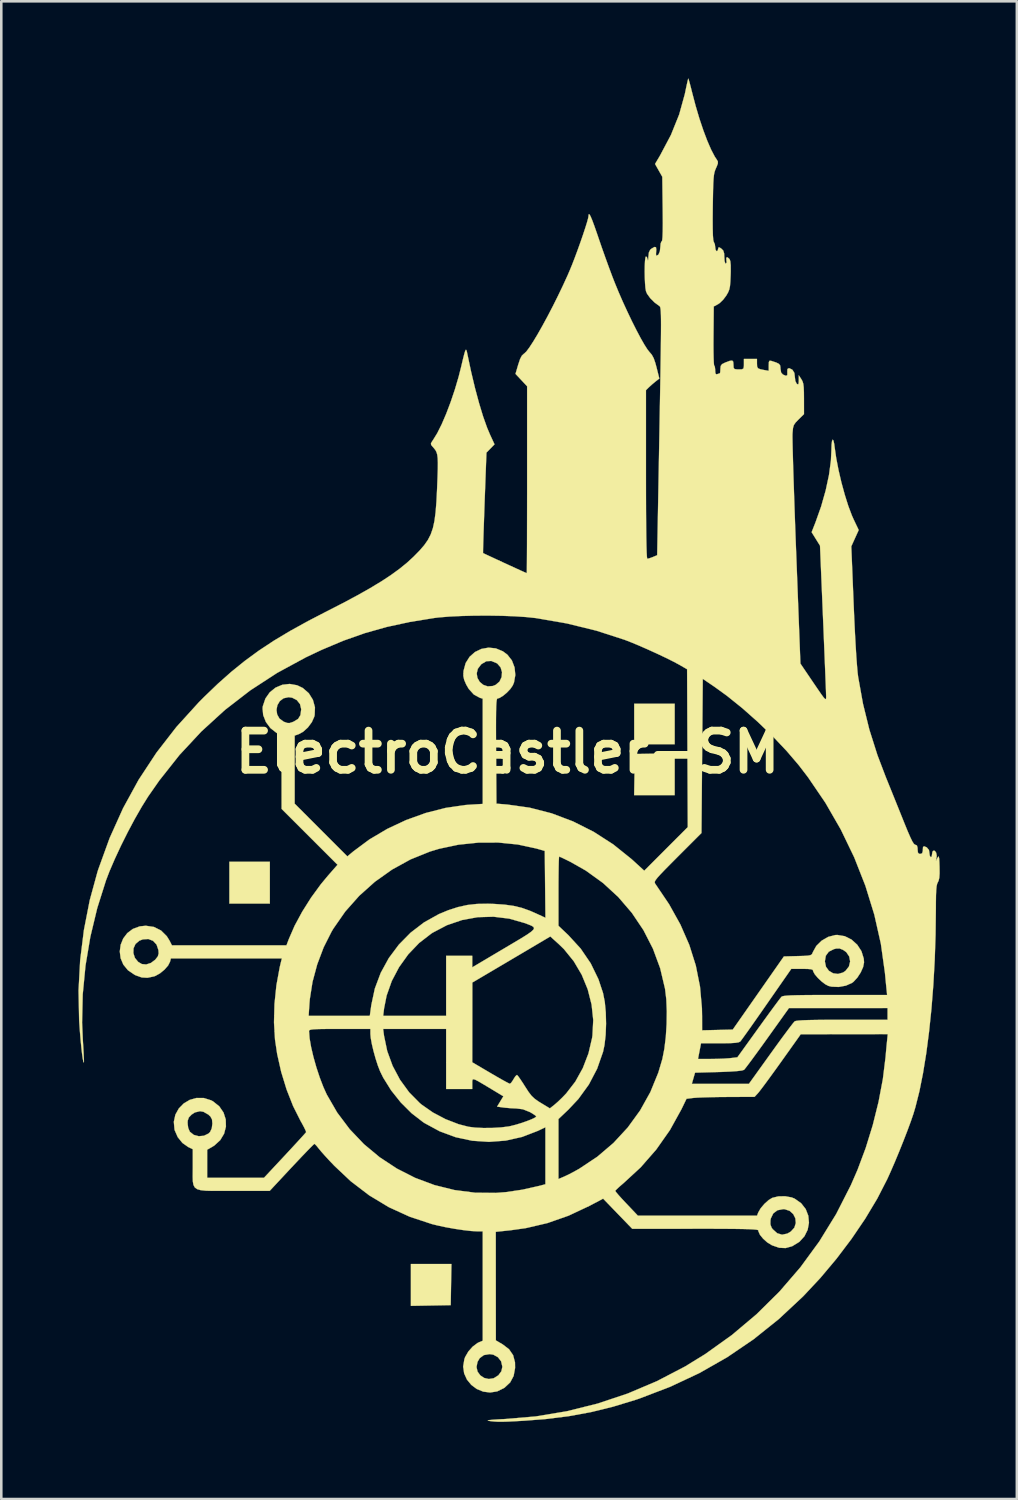
<source format=kicad_pcb>
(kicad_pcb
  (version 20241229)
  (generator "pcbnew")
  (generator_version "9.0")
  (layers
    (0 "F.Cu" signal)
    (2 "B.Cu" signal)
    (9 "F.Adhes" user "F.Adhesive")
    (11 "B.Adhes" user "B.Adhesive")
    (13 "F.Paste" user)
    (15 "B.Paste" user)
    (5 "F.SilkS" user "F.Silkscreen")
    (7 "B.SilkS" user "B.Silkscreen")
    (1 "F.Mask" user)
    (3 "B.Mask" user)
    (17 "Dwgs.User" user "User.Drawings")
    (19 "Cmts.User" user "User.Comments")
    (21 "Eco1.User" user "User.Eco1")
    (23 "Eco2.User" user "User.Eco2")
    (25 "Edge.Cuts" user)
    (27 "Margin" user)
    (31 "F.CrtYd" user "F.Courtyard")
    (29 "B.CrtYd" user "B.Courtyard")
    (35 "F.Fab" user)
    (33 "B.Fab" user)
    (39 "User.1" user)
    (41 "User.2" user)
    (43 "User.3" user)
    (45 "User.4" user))
  (footprint "ElectroCastler-SM"
    (layer "F.Cu")
    (at 16.692 26.204)
    (property "Reference" "ElectroCastler-SM" (at 0 0 0) (layer "F.SilkS") (effects (font (size 1.524 1.524) (thickness 0.3))))
    (attr through_hole)
    (fp_poly (pts (xy -9.246 5.893) (xy -10.82 5.893) (xy -10.82 4.267) (xy -9.246 4.267) (xy -9.246 5.893)) (stroke (width 0.01) (type solid)) (fill yes) (layer "F.SilkS"))
    (fp_poly (pts (xy 6.502 -0.305) (xy 4.928 -0.305) (xy 4.928 -1.88) (xy 6.502 -1.88) (xy 6.502 -0.305)) (stroke (width 0.01) (type solid)) (fill yes) (layer "F.SilkS"))
    (fp_poly (pts (xy -2.196 20.714) (xy -2.21 21.514) (xy -3.759 21.542) (xy -3.759 19.914) (xy -2.182 19.914) (xy -2.196 20.714)) (stroke (width 0.01) (type solid)) (fill yes) (layer "F.SilkS"))
    (fp_poly (pts (xy 6.502 1.676) (xy 4.925 1.676) (xy 4.953 0.076) (xy 5.728 0.062) (xy 6.502 0.048) (xy 6.502 1.676)) (stroke (width 0.01) (type solid)) (fill yes) (layer "F.SilkS"))
    (fp_poly (pts (xy 7.047 -26.158) (xy 7.082 -26.038) (xy 7.13 -25.856) (xy 7.184 -25.641) (xy 7.318 -25.132) (xy 7.463 -24.642) (xy 7.616 -24.186) (xy 7.77 -23.778) (xy 7.92 -23.433) (xy 8.061 -23.164) (xy 8.142 -23.042) (xy 8.182 -22.972) (xy 8.181 -22.893) (xy 8.136 -22.773) (xy 8.108 -22.711) (xy 8.075 -22.632) (xy 8.049 -22.548) (xy 8.029 -22.445) (xy 8.015 -22.309) (xy 8.004 -22.126) (xy 7.996 -21.882) (xy 7.99 -21.563) (xy 7.984 -21.19) (xy 7.98 -20.727) (xy 7.982 -20.364) (xy 7.989 -20.098) (xy 8.002 -19.927) (xy 8.02 -19.849) (xy 8.022 -19.846) (xy 8.064 -19.758) (xy 8.077 -19.652) (xy 8.093 -19.54) (xy 8.13 -19.483) (xy 8.169 -19.498) (xy 8.188 -19.559) (xy 8.207 -19.628) (xy 8.252 -19.626) (xy 8.318 -19.582) (xy 8.391 -19.509) (xy 8.425 -19.401) (xy 8.433 -19.25) (xy 8.443 -19.095) (xy 8.472 -19.009) (xy 8.489 -18.999) (xy 8.523 -19.041) (xy 8.514 -19.126) (xy 8.508 -19.228) (xy 8.554 -19.247) (xy 8.635 -19.178) (xy 8.666 -19.096) (xy 8.682 -18.938) (xy 8.683 -18.693) (xy 8.679 -18.551) (xy 8.668 -18.299) (xy 8.653 -18.123) (xy 8.626 -17.994) (xy 8.583 -17.886) (xy 8.518 -17.771) (xy 8.508 -17.755) (xy 8.391 -17.599) (xy 8.259 -17.47) (xy 8.19 -17.422) (xy 8.022 -17.333) (xy 8.012 -16.185) (xy 8.01 -15.856) (xy 8.012 -15.563) (xy 8.017 -15.322) (xy 8.024 -15.146) (xy 8.033 -15.05) (xy 8.039 -15.037) (xy 8.064 -14.992) (xy 8.077 -14.881) (xy 8.077 -14.854) (xy 8.086 -14.733) (xy 8.12 -14.694) (xy 8.158 -14.701) (xy 8.239 -14.728) (xy 8.259 -14.732) (xy 8.273 -14.777) (xy 8.28 -14.886) (xy 8.28 -14.904) (xy 8.292 -15.018) (xy 8.343 -15.089) (xy 8.462 -15.149) (xy 8.485 -15.158) (xy 8.648 -15.218) (xy 8.739 -15.229) (xy 8.779 -15.185) (xy 8.788 -15.079) (xy 8.788 -15.062) (xy 8.795 -14.948) (xy 8.833 -14.898) (xy 8.932 -14.885) (xy 8.992 -14.884) (xy 9.122 -14.889) (xy 9.179 -14.924) (xy 9.194 -15.016) (xy 9.195 -15.088) (xy 9.195 -15.291) (xy 9.703 -15.291) (xy 9.703 -15.116) (xy 9.708 -14.997) (xy 9.742 -14.93) (xy 9.829 -14.892) (xy 9.97 -14.863) (xy 10.16 -14.829) (xy 10.16 -15.038) (xy 10.165 -15.169) (xy 10.19 -15.221) (xy 10.25 -15.218) (xy 10.274 -15.211) (xy 10.454 -15.152) (xy 10.556 -15.101) (xy 10.604 -15.041) (xy 10.617 -14.952) (xy 10.617 -14.913) (xy 10.643 -14.76) (xy 10.715 -14.683) (xy 10.831 -14.636) (xy 10.883 -14.662) (xy 10.884 -14.771) (xy 10.882 -14.783) (xy 10.888 -14.9) (xy 10.949 -14.934) (xy 11.062 -14.883) (xy 11.087 -14.864) (xy 11.158 -14.748) (xy 11.176 -14.593) (xy 11.195 -14.435) (xy 11.246 -14.332) (xy 11.252 -14.326) (xy 11.301 -14.298) (xy 11.323 -14.338) (xy 11.329 -14.459) (xy 11.329 -14.656) (xy 11.43 -14.503) (xy 11.474 -14.423) (xy 11.504 -14.326) (xy 11.521 -14.191) (xy 11.529 -13.995) (xy 11.531 -13.748) (xy 11.532 -13.145) (xy 11.318 -12.935) (xy 11.205 -12.818) (xy 11.139 -12.722) (xy 11.105 -12.608) (xy 11.089 -12.442) (xy 11.084 -12.368) (xy 11.083 -12.262) (xy 11.086 -12.064) (xy 11.092 -11.78) (xy 11.102 -11.42) (xy 11.114 -10.991) (xy 11.13 -10.502) (xy 11.148 -9.961) (xy 11.168 -9.376) (xy 11.19 -8.755) (xy 11.214 -8.107) (xy 11.229 -7.726) (xy 11.393 -3.442) (xy 11.894 -2.702) (xy 12.074 -2.438) (xy 12.204 -2.25) (xy 12.293 -2.129) (xy 12.349 -2.068) (xy 12.379 -2.057) (xy 12.392 -2.088) (xy 12.394 -2.154) (xy 12.394 -2.163) (xy 12.391 -2.25) (xy 12.385 -2.429) (xy 12.375 -2.689) (xy 12.362 -3.021) (xy 12.346 -3.415) (xy 12.328 -3.86) (xy 12.308 -4.347) (xy 12.287 -4.866) (xy 12.273 -5.196) (xy 12.155 -8.029) (xy 11.829 -8.553) (xy 11.98 -8.937) (xy 12.199 -9.555) (xy 12.375 -10.175) (xy 12.504 -10.776) (xy 12.579 -11.334) (xy 12.598 -11.737) (xy 12.605 -11.961) (xy 12.623 -12.101) (xy 12.649 -12.155) (xy 12.678 -12.117) (xy 12.708 -11.984) (xy 12.722 -11.874) (xy 12.784 -11.442) (xy 12.875 -10.971) (xy 12.988 -10.486) (xy 13.117 -10.014) (xy 13.254 -9.578) (xy 13.394 -9.206) (xy 13.461 -9.055) (xy 13.66 -8.637) (xy 13.516 -8.319) (xy 13.372 -8.001) (xy 13.464 -5.74) (xy 13.489 -5.162) (xy 13.515 -4.623) (xy 13.542 -4.135) (xy 13.568 -3.708) (xy 13.595 -3.353) (xy 13.619 -3.079) (xy 13.639 -2.921) (xy 13.827 -1.877) (xy 14.074 -0.875) (xy 14.389 0.119) (xy 14.711 0.965) (xy 14.86 1.333) (xy 15.026 1.744) (xy 15.194 2.16) (xy 15.348 2.543) (xy 15.433 2.755) (xy 15.565 3.078) (xy 15.668 3.314) (xy 15.746 3.475) (xy 15.806 3.568) (xy 15.852 3.605) (xy 15.862 3.606) (xy 15.925 3.633) (xy 15.95 3.728) (xy 15.951 3.785) (xy 15.963 3.907) (xy 16.007 3.957) (xy 16.053 3.962) (xy 16.127 3.938) (xy 16.153 3.849) (xy 16.154 3.81) (xy 16.162 3.694) (xy 16.203 3.664) (xy 16.299 3.704) (xy 16.31 3.71) (xy 16.392 3.808) (xy 16.408 3.91) (xy 16.424 4.027) (xy 16.459 4.089) (xy 16.497 4.072) (xy 16.51 3.994) (xy 16.526 3.887) (xy 16.555 3.839) (xy 16.622 3.842) (xy 16.674 3.917) (xy 16.695 4.032) (xy 16.689 4.097) (xy 16.66 4.242) (xy 16.725 4.115) (xy 16.755 4.066) (xy 16.775 4.07) (xy 16.789 4.14) (xy 16.798 4.289) (xy 16.804 4.464) (xy 16.807 4.717) (xy 16.795 4.891) (xy 16.767 5.007) (xy 16.741 5.059) (xy 16.712 5.122) (xy 16.69 5.218) (xy 16.676 5.364) (xy 16.667 5.571) (xy 16.663 5.856) (xy 16.662 6.107) (xy 16.65 7.105) (xy 16.617 8.093) (xy 16.563 9.059) (xy 16.489 9.993) (xy 16.396 10.885) (xy 16.287 11.723) (xy 16.161 12.497) (xy 16.021 13.196) (xy 15.866 13.811) (xy 15.788 14.072) (xy 15.689 14.362) (xy 15.557 14.72) (xy 15.402 15.12) (xy 15.234 15.539) (xy 15.063 15.951) (xy 14.898 16.331) (xy 14.771 16.612) (xy 14.383 17.368) (xy 13.915 18.149) (xy 13.381 18.936) (xy 12.794 19.712) (xy 12.167 20.458) (xy 11.513 21.157) (xy 11.483 21.187) (xy 10.546 22.061) (xy 9.568 22.844) (xy 8.543 23.541) (xy 7.465 24.155) (xy 6.328 24.689) (xy 5.125 25.149) (xy 4.978 25.198) (xy 4.105 25.464) (xy 3.251 25.674) (xy 2.384 25.833) (xy 1.477 25.946) (xy 0.66 26.009) (xy 0.294 26.03) (xy 0.011 26.044) (xy -0.208 26.05) (xy -0.381 26.049) (xy -0.527 26.04) (xy -0.663 26.025) (xy -0.737 26.014) (xy -0.773 26) (xy -0.711 25.985) (xy -0.551 25.97) (xy -0.298 25.954) (xy -0.127 25.946) (xy 1.095 25.843) (xy 2.308 25.641) (xy 3.505 25.343) (xy 4.675 24.952) (xy 5.81 24.471) (xy 6.902 23.902) (xy 7.69 23.418) (xy 8.723 22.679) (xy 9.687 21.867) (xy 10.577 20.987) (xy 11.392 20.042) (xy 12.129 19.034) (xy 12.784 17.969) (xy 13.354 16.849) (xy 13.615 16.25) (xy 13.932 15.402) (xy 14.207 14.511) (xy 14.432 13.607) (xy 14.6 12.718) (xy 14.704 11.873) (xy 14.705 11.862) (xy 14.725 11.631) (xy 14.747 11.395) (xy 14.763 11.239) (xy 14.79 10.973) (xy 13.097 10.975) (xy 11.405 10.978) (xy 10.643 12.048) (xy 10.429 12.346) (xy 10.228 12.623) (xy 10.049 12.868) (xy 9.901 13.066) (xy 9.795 13.204) (xy 9.746 13.264) (xy 9.611 13.411) (xy 8.552 13.416) (xy 8.215 13.419) (xy 7.895 13.425) (xy 7.613 13.433) (xy 7.388 13.442) (xy 7.242 13.453) (xy 7.227 13.454) (xy 6.962 13.487) (xy 6.765 13.894) (xy 6.318 14.703) (xy 5.786 15.46) (xy 5.178 16.155) (xy 4.521 16.761) (xy 4.371 16.89) (xy 4.256 16.995) (xy 4.196 17.06) (xy 4.191 17.071) (xy 4.224 17.119) (xy 4.314 17.226) (xy 4.448 17.375) (xy 4.613 17.551) (xy 4.631 17.57) (xy 5.071 18.034) (xy 9.705 18.034) (xy 9.751 17.913) (xy 9.845 17.749) (xy 9.992 17.575) (xy 10.159 17.425) (xy 10.297 17.341) (xy 10.532 17.283) (xy 10.8 17.278) (xy 11.053 17.324) (xy 11.165 17.369) (xy 11.421 17.549) (xy 11.599 17.777) (xy 11.7 18.037) (xy 11.725 18.31) (xy 11.675 18.582) (xy 11.55 18.834) (xy 11.352 19.052) (xy 11.082 19.217) (xy 11.063 19.225) (xy 10.814 19.294) (xy 10.567 19.282) (xy 10.293 19.188) (xy 10.279 19.181) (xy 10.103 19.073) (xy 9.943 18.93) (xy 9.819 18.777) (xy 9.757 18.639) (xy 9.754 18.606) (xy 9.735 18.591) (xy 9.673 18.578) (xy 9.561 18.568) (xy 9.392 18.559) (xy 9.159 18.553) (xy 8.855 18.548) (xy 8.472 18.545) (xy 8.003 18.543) (xy 7.442 18.543) (xy 7.303 18.543) (xy 4.851 18.544) (xy 4.691 18.378) (xy 10.225 18.378) (xy 10.277 18.508) (xy 10.315 18.559) (xy 10.488 18.716) (xy 10.678 18.774) (xy 10.883 18.731) (xy 11.02 18.651) (xy 11.157 18.5) (xy 11.213 18.321) (xy 11.196 18.137) (xy 11.113 17.971) (xy 10.973 17.846) (xy 10.782 17.783) (xy 10.724 17.78) (xy 10.501 17.823) (xy 10.337 17.946) (xy 10.242 18.141) (xy 10.228 18.212) (xy 10.225 18.378) (xy 4.691 18.378) (xy 4.285 17.958) (xy 3.718 17.371) (xy 3.193 17.649) (xy 2.374 18.034) (xy 1.552 18.322) (xy 0.713 18.518) (xy 0.114 18.602) (xy -0.457 18.662) (xy -0.456 20.774) (xy -0.454 22.885) (xy -0.192 23.038) (xy 0.058 23.228) (xy 0.217 23.459) (xy 0.291 23.74) (xy 0.294 23.959) (xy 0.237 24.269) (xy 0.103 24.52) (xy -0.116 24.725) (xy -0.133 24.736) (xy -0.402 24.869) (xy -0.678 24.912) (xy -0.946 24.878) (xy -1.194 24.777) (xy -1.409 24.617) (xy -1.578 24.411) (xy -1.688 24.168) (xy -1.722 23.923) (xy -1.207 23.923) (xy -1.164 24.103) (xy -1.057 24.248) (xy -0.906 24.347) (xy -0.727 24.387) (xy -0.54 24.358) (xy -0.364 24.248) (xy -0.352 24.236) (xy -0.24 24.087) (xy -0.203 23.922) (xy -0.203 23.901) (xy -0.249 23.7) (xy -0.374 23.539) (xy -0.554 23.44) (xy -0.696 23.419) (xy -0.92 23.457) (xy -1.081 23.575) (xy -1.167 23.721) (xy -1.207 23.923) (xy -1.722 23.923) (xy -1.726 23.898) (xy -1.678 23.612) (xy -1.648 23.531) (xy -1.526 23.32) (xy -1.355 23.127) (xy -1.168 22.987) (xy -1.111 22.959) (xy -0.965 22.898) (xy -0.965 18.644) (xy -1.181 18.643) (xy -1.416 18.63) (xy -1.719 18.595) (xy -2.06 18.544) (xy -2.411 18.481) (xy -2.74 18.41) (xy -2.942 18.36) (xy -3.804 18.075) (xy -4.616 17.704) (xy -5.379 17.244) (xy -6.099 16.694) (xy -6.734 16.096) (xy -6.923 15.898) (xy -7.099 15.707) (xy -7.243 15.545) (xy -7.336 15.432) (xy -7.337 15.431) (xy -7.428 15.318) (xy -7.495 15.25) (xy -7.512 15.24) (xy -7.554 15.276) (xy -7.655 15.376) (xy -7.806 15.53) (xy -7.997 15.729) (xy -8.217 15.962) (xy -8.398 16.154) (xy -9.251 17.069) (xy -10.668 17.069) (xy -11.11 17.07) (xy -11.462 17.07) (xy -11.733 17.063) (xy -11.933 17.042) (xy -12.074 17.002) (xy -12.165 16.935) (xy -12.217 16.837) (xy -12.241 16.701) (xy -12.246 16.521) (xy -12.244 16.291) (xy -12.243 16.145) (xy -12.243 15.448) (xy -12.422 15.363) (xy -12.646 15.205) (xy -12.829 14.978) (xy -12.946 14.712) (xy -12.954 14.68) (xy -12.975 14.444) (xy -12.445 14.444) (xy -12.421 14.622) (xy -12.36 14.764) (xy -12.355 14.771) (xy -12.204 14.891) (xy -12.011 14.943) (xy -11.809 14.925) (xy -11.632 14.839) (xy -11.57 14.778) (xy -11.504 14.636) (xy -11.481 14.451) (xy -11.495 14.292) (xy -11.554 14.181) (xy -11.637 14.102) (xy -11.828 13.993) (xy -11.963 13.97) (xy -12.161 14.018) (xy -12.29 14.102) (xy -12.396 14.213) (xy -12.44 14.336) (xy -12.445 14.444) (xy -12.975 14.444) (xy -12.98 14.38) (xy -12.92 14.104) (xy -12.787 13.864) (xy -12.596 13.669) (xy -12.361 13.529) (xy -12.096 13.455) (xy -11.814 13.457) (xy -11.531 13.546) (xy -11.456 13.586) (xy -11.212 13.781) (xy -11.047 14.022) (xy -10.961 14.291) (xy -10.954 14.571) (xy -11.025 14.845) (xy -11.175 15.095) (xy -11.403 15.304) (xy -11.483 15.354) (xy -11.683 15.469) (xy -11.684 16.561) (xy -10.579 16.56) (xy -9.474 16.56) (xy -8.661 15.69) (xy -8.431 15.442) (xy -8.225 15.219) (xy -8.053 15.031) (xy -7.924 14.889) (xy -7.849 14.804) (xy -7.834 14.784) (xy -7.852 14.727) (xy -7.91 14.605) (xy -7.999 14.438) (xy -8.051 14.347) (xy -8.34 13.772) (xy -8.594 13.127) (xy -8.804 12.442) (xy -8.961 11.744) (xy -9.045 11.181) (xy -9.064 10.858) (xy -7.721 10.858) (xy -7.7 11.132) (xy -7.641 11.473) (xy -7.551 11.857) (xy -7.437 12.261) (xy -7.305 12.66) (xy -7.163 13.031) (xy -7.033 13.318) (xy -6.625 14.024) (xy -6.14 14.669) (xy -5.586 15.251) (xy -4.971 15.763) (xy -4.303 16.202) (xy -3.591 16.564) (xy -2.841 16.844) (xy -2.063 17.037) (xy -1.264 17.14) (xy -0.451 17.148) (xy -0.061 17.117) (xy 0.577 17.023) (xy 1.224 16.877) (xy 1.283 16.862) (xy 1.473 16.811) (xy 1.473 14.595) (xy 1.181 14.734) (xy 0.566 14.971) (xy -0.072 15.114) (xy -0.722 15.163) (xy -1.374 15.119) (xy -2.015 14.982) (xy -2.636 14.753) (xy -3.225 14.434) (xy -3.286 14.394) (xy -3.732 14.049) (xy -4.154 13.628) (xy -4.529 13.157) (xy -4.837 12.662) (xy -4.958 12.416) (xy -5.044 12.194) (xy -5.131 11.925) (xy -5.211 11.637) (xy -5.277 11.359) (xy -5.32 11.122) (xy -5.334 10.966) (xy -5.334 10.77) (xy -4.839 10.77) (xy -4.804 11.036) (xy -4.68 11.63) (xy -4.47 12.206) (xy -4.182 12.747) (xy -3.827 13.235) (xy -3.413 13.654) (xy -3.337 13.717) (xy -2.901 14.021) (xy -2.41 14.28) (xy -1.9 14.477) (xy -1.52 14.575) (xy -1.26 14.608) (xy -0.936 14.623) (xy -0.587 14.62) (xy -0.25 14.6) (xy 0.038 14.564) (xy 0.117 14.548) (xy 0.329 14.494) (xy 0.551 14.426) (xy 0.762 14.352) (xy 0.942 14.281) (xy 1.067 14.22) (xy 1.117 14.178) (xy 1.118 14.176) (xy 1.077 14.133) (xy 0.971 14.062) (xy 0.869 14.003) (xy 0.598 13.895) (xy 0.349 13.864) (xy 0.133 13.854) (xy -0.089 13.835) (xy -0.165 13.826) (xy -0.406 13.792) (xy -0.284 13.591) (xy -0.162 13.39) (xy -0.703 13.064) (xy -0.959 12.911) (xy -1.139 12.805) (xy -1.258 12.744) (xy -1.327 12.725) (xy -1.361 12.744) (xy -1.371 12.798) (xy -1.372 12.885) (xy -1.372 12.898) (xy -1.372 13.106) (xy -2.388 13.106) (xy -2.388 12.067) (xy -1.372 12.067) (xy -0.662 12.485) (xy -0.42 12.626) (xy -0.208 12.747) (xy -0.042 12.838) (xy 0.064 12.892) (xy 0.092 12.903) (xy 0.142 12.863) (xy 0.212 12.762) (xy 0.232 12.725) (xy 0.302 12.616) (xy 0.359 12.562) (xy 0.37 12.561) (xy 0.413 12.607) (xy 0.495 12.722) (xy 0.603 12.884) (xy 0.68 13.006) (xy 0.817 13.218) (xy 0.933 13.369) (xy 1.054 13.484) (xy 1.204 13.591) (xy 1.297 13.648) (xy 1.647 13.86) (xy 1.835 13.711) (xy 1.967 13.595) (xy 2.13 13.438) (xy 2.282 13.279) (xy 2.637 12.819) (xy 2.929 12.293) (xy 3.149 11.721) (xy 3.289 11.121) (xy 3.303 11.025) (xy 3.334 10.426) (xy 3.27 9.823) (xy 3.119 9.229) (xy 2.886 8.662) (xy 2.576 8.136) (xy 2.196 7.667) (xy 1.999 7.476) (xy 1.664 7.173) (xy 1.222 7.435) (xy 1.049 7.537) (xy 0.808 7.68) (xy 0.517 7.852) (xy 0.197 8.041) (xy -0.134 8.237) (xy -0.294 8.331) (xy -1.369 8.966) (xy -1.37 10.516) (xy -1.372 12.067) (xy -2.388 12.067) (xy -2.388 10.77) (xy -4.839 10.77) (xy -5.334 10.77) (xy -6.528 10.77) (xy -6.907 10.77) (xy -7.197 10.772) (xy -7.408 10.777) (xy -7.555 10.785) (xy -7.647 10.797) (xy -7.697 10.814) (xy -7.718 10.837) (xy -7.721 10.858) (xy -9.064 10.858) (xy -9.084 10.513) (xy -9.077 10.262) (xy -7.737 10.262) (xy -5.357 10.262) (xy -4.838 10.262) (xy -2.388 10.262) (xy -2.388 7.925) (xy -1.372 7.925) (xy -1.372 8.374) (xy -0.121 7.632) (xy 0.255 7.409) (xy 0.55 7.233) (xy 0.77 7.095) (xy 0.919 6.99) (xy 1.005 6.91) (xy 1.031 6.849) (xy 1.004 6.799) (xy 0.93 6.753) (xy 0.813 6.706) (xy 0.663 6.65) (xy 0.069 6.48) (xy -0.543 6.405) (xy -1.161 6.423) (xy -1.77 6.534) (xy -2.356 6.734) (xy -2.908 7.024) (xy -2.964 7.06) (xy -3.44 7.428) (xy -3.862 7.869) (xy -4.219 8.367) (xy -4.503 8.906) (xy -4.703 9.472) (xy -4.802 9.97) (xy -4.838 10.262) (xy -5.357 10.262) (xy -5.299 9.842) (xy -5.162 9.2) (xy -4.932 8.587) (xy -4.618 8.014) (xy -4.227 7.49) (xy -3.768 7.024) (xy -3.247 6.625) (xy -2.672 6.304) (xy -2.308 6.153) (xy -1.925 6.029) (xy -1.562 5.949) (xy -1.186 5.907) (xy -0.763 5.9) (xy -0.527 5.907) (xy -0.108 5.936) (xy 0.243 5.985) (xy 0.561 6.062) (xy 0.878 6.176) (xy 1.106 6.276) (xy 1.475 6.446) (xy 1.464 5.41) (xy 1.981 5.41) (xy 1.981 6.757) (xy 2.369 7.125) (xy 2.845 7.645) (xy 3.235 8.217) (xy 3.537 8.838) (xy 3.715 9.373) (xy 3.783 9.719) (xy 3.822 10.128) (xy 3.833 10.565) (xy 3.817 10.999) (xy 3.772 11.395) (xy 3.716 11.659) (xy 3.485 12.319) (xy 3.164 12.932) (xy 2.755 13.496) (xy 2.369 13.907) (xy 1.981 14.275) (xy 1.981 16.608) (xy 2.213 16.509) (xy 2.374 16.433) (xy 2.579 16.326) (xy 2.785 16.211) (xy 2.796 16.204) (xy 3.492 15.741) (xy 4.121 15.205) (xy 4.677 14.603) (xy 5.157 13.942) (xy 5.555 13.228) (xy 5.688 12.903) (xy 7.169 12.903) (xy 9.391 12.903) (xy 10.239 11.722) (xy 10.46 11.415) (xy 10.665 11.133) (xy 10.847 10.888) (xy 10.995 10.69) (xy 11.103 10.551) (xy 11.162 10.482) (xy 11.166 10.477) (xy 11.215 10.459) (xy 11.316 10.445) (xy 11.477 10.433) (xy 11.707 10.425) (xy 12.012 10.419) (xy 12.402 10.415) (xy 12.883 10.414) (xy 13.015 10.414) (xy 14.783 10.414) (xy 14.783 9.957) (xy 10.947 9.959) (xy 10.109 11.131) (xy 9.89 11.436) (xy 9.686 11.716) (xy 9.508 11.96) (xy 9.362 12.155) (xy 9.258 12.292) (xy 9.203 12.358) (xy 9.2 12.361) (xy 9.118 12.387) (xy 8.94 12.409) (xy 8.672 12.428) (xy 8.318 12.443) (xy 8.211 12.446) (xy 7.294 12.471) (xy 7.169 12.903) (xy 5.688 12.903) (xy 5.866 12.468) (xy 6.023 11.938) (xy 6.101 11.54) (xy 6.157 11.077) (xy 6.188 10.58) (xy 6.195 10.083) (xy 6.176 9.617) (xy 6.128 9.216) (xy 6.127 9.209) (xy 5.938 8.41) (xy 5.656 7.647) (xy 5.287 6.926) (xy 4.837 6.256) (xy 4.31 5.642) (xy 3.713 5.092) (xy 3.695 5.079) (xy 5.725 5.079) (xy 5.74 5.114) (xy 5.745 5.12) (xy 6.284 5.918) (xy 6.725 6.71) (xy 7.071 7.503) (xy 7.324 8.304) (xy 7.487 9.122) (xy 7.562 9.962) (xy 7.568 10.276) (xy 7.569 10.824) (xy 8.761 10.795) (xy 9.755 9.373) (xy 10.615 8.143) (xy 12.344 8.143) (xy 12.387 8.351) (xy 12.501 8.508) (xy 12.664 8.605) (xy 12.854 8.631) (xy 13.049 8.576) (xy 13.147 8.51) (xy 13.28 8.341) (xy 13.327 8.146) (xy 13.291 7.952) (xy 13.177 7.783) (xy 13.051 7.694) (xy 12.917 7.641) (xy 12.789 7.642) (xy 12.694 7.667) (xy 12.496 7.766) (xy 12.381 7.923) (xy 12.344 8.143) (xy 10.615 8.143) (xy 10.75 7.95) (xy 11.289 7.936) (xy 11.528 7.929) (xy 11.685 7.919) (xy 11.78 7.901) (xy 11.832 7.871) (xy 11.861 7.823) (xy 11.876 7.783) (xy 12.011 7.54) (xy 12.219 7.336) (xy 12.474 7.189) (xy 12.749 7.118) (xy 12.827 7.114) (xy 13.118 7.162) (xy 13.382 7.294) (xy 13.604 7.495) (xy 13.768 7.747) (xy 13.857 8.035) (xy 13.868 8.182) (xy 13.832 8.363) (xy 13.738 8.573) (xy 13.606 8.776) (xy 13.456 8.938) (xy 13.402 8.978) (xy 13.164 9.085) (xy 12.883 9.137) (xy 12.604 9.126) (xy 12.481 9.096) (xy 12.355 9.03) (xy 12.209 8.917) (xy 12.067 8.781) (xy 11.953 8.647) (xy 11.892 8.537) (xy 11.887 8.51) (xy 11.869 8.471) (xy 11.804 8.448) (xy 11.673 8.436) (xy 11.463 8.433) (xy 11.038 8.433) (xy 10.078 9.813) (xy 9.846 10.147) (xy 9.629 10.456) (xy 9.437 10.73) (xy 9.275 10.957) (xy 9.151 11.129) (xy 9.074 11.234) (xy 9.051 11.261) (xy 8.991 11.29) (xy 8.869 11.31) (xy 8.673 11.323) (xy 8.392 11.328) (xy 8.255 11.328) (xy 7.526 11.328) (xy 7.497 11.481) (xy 7.464 11.653) (xy 7.438 11.786) (xy 7.409 11.938) (xy 7.908 11.938) (xy 8.16 11.934) (xy 8.408 11.925) (xy 8.612 11.911) (xy 8.674 11.905) (xy 8.941 11.873) (xy 9.762 10.733) (xy 9.98 10.431) (xy 10.181 10.154) (xy 10.358 9.913) (xy 10.501 9.72) (xy 10.602 9.586) (xy 10.653 9.522) (xy 10.654 9.521) (xy 10.688 9.502) (xy 10.753 9.487) (xy 10.859 9.475) (xy 11.015 9.465) (xy 11.23 9.459) (xy 11.513 9.454) (xy 11.872 9.451) (xy 12.316 9.449) (xy 12.746 9.449) (xy 14.765 9.449) (xy 14.751 9.309) (xy 14.74 9.203) (xy 14.722 9.023) (xy 14.7 8.795) (xy 14.68 8.585) (xy 14.522 7.456) (xy 14.267 6.324) (xy 13.92 5.2) (xy 13.485 4.094) (xy 12.965 3.015) (xy 12.366 1.975) (xy 11.691 0.983) (xy 11.327 0.508) (xy 10.855 -0.045) (xy 10.317 -0.613) (xy 9.736 -1.173) (xy 9.136 -1.705) (xy 8.538 -2.186) (xy 8.052 -2.538) (xy 7.595 -2.849) (xy 7.544 3.149) (xy 6.608 4.085) (xy 6.325 4.37) (xy 6.106 4.592) (xy 5.945 4.761) (xy 5.833 4.885) (xy 5.765 4.973) (xy 5.731 5.035) (xy 5.725 5.079) (xy 3.695 5.079) (xy 3.049 4.613) (xy 2.452 4.274) (xy 2.266 4.182) (xy 2.117 4.11) (xy 2.025 4.07) (xy 2.008 4.064) (xy 2.001 4.113) (xy 1.994 4.25) (xy 1.989 4.462) (xy 1.985 4.736) (xy 1.982 5.059) (xy 1.981 5.41) (xy 1.464 5.41) (xy 1.461 5.145) (xy 1.448 3.845) (xy 1.118 3.751) (xy 0.4 3.596) (xy -0.358 3.52) (xy -1.135 3.523) (xy -1.908 3.603) (xy -2.656 3.761) (xy -3.017 3.87) (xy -3.772 4.175) (xy -4.49 4.57) (xy -5.159 5.045) (xy -5.77 5.592) (xy -6.312 6.203) (xy -6.776 6.87) (xy -6.845 6.986) (xy -7.153 7.597) (xy -7.403 8.259) (xy -7.586 8.94) (xy -7.691 9.61) (xy -7.704 9.766) (xy -7.737 10.262) (xy -9.077 10.262) (xy -9.065 9.798) (xy -8.99 9.071) (xy -8.861 8.367) (xy -8.813 8.166) (xy -8.777 8.026) (xy -13.095 8.026) (xy -13.128 8.155) (xy -13.203 8.303) (xy -13.343 8.463) (xy -13.518 8.607) (xy -13.699 8.708) (xy -13.749 8.726) (xy -14.005 8.78) (xy -14.227 8.768) (xy -14.462 8.685) (xy -14.509 8.662) (xy -14.766 8.486) (xy -14.945 8.267) (xy -15.05 8.018) (xy -15.074 7.824) (xy -14.554 7.824) (xy -14.493 8.008) (xy -14.367 8.162) (xy -14.224 8.246) (xy -14.056 8.262) (xy -13.872 8.203) (xy -13.707 8.08) (xy -13.698 8.07) (xy -13.603 7.948) (xy -13.571 7.835) (xy -13.58 7.702) (xy -13.652 7.489) (xy -13.788 7.343) (xy -13.973 7.272) (xy -14.186 7.286) (xy -14.321 7.338) (xy -14.471 7.465) (xy -14.548 7.635) (xy -14.554 7.824) (xy -15.074 7.824) (xy -15.083 7.756) (xy -15.048 7.496) (xy -14.95 7.253) (xy -14.791 7.043) (xy -14.575 6.88) (xy -14.306 6.78) (xy -14.071 6.756) (xy -13.753 6.803) (xy -13.477 6.941) (xy -13.254 7.162) (xy -13.151 7.328) (xy -13.054 7.518) (xy -10.826 7.518) (xy -8.599 7.518) (xy -8.508 7.277) (xy -8.283 6.759) (xy -7.988 6.212) (xy -7.642 5.663) (xy -7.26 5.14) (xy -6.993 4.818) (xy -6.613 4.384) (xy -7.701 3.297) (xy -8.788 2.211) (xy -8.789 -0.635) (xy -8.989 -0.749) (xy -9.223 -0.932) (xy -9.399 -1.17) (xy -9.505 -1.438) (xy -9.523 -1.645) (xy -8.987 -1.645) (xy -8.961 -1.463) (xy -8.871 -1.302) (xy -8.711 -1.184) (xy -8.687 -1.174) (xy -8.571 -1.133) (xy -8.485 -1.128) (xy -8.379 -1.16) (xy -8.308 -1.19) (xy -8.146 -1.29) (xy -8.056 -1.436) (xy -8.027 -1.649) (xy -8.026 -1.669) (xy -8.072 -1.866) (xy -8.197 -2.022) (xy -8.379 -2.115) (xy -8.517 -2.134) (xy -8.712 -2.092) (xy -8.858 -1.982) (xy -8.951 -1.825) (xy -8.987 -1.645) (xy -9.523 -1.645) (xy -9.528 -1.712) (xy -9.519 -1.784) (xy -9.418 -2.083) (xy -9.247 -2.326) (xy -9.022 -2.507) (xy -8.758 -2.618) (xy -8.473 -2.65) (xy -8.184 -2.598) (xy -7.963 -2.492) (xy -7.73 -2.289) (xy -7.57 -2.031) (xy -7.491 -1.741) (xy -7.502 -1.44) (xy -7.517 -1.377) (xy -7.612 -1.163) (xy -7.766 -0.956) (xy -7.951 -0.789) (xy -8.107 -0.703) (xy -8.28 -0.64) (xy -8.28 0.683) (xy -8.28 2.006) (xy -7.255 3.032) (xy -6.23 4.058) (xy -5.998 3.864) (xy -5.374 3.4) (xy -4.683 2.991) (xy -3.946 2.645) (xy -3.18 2.369) (xy -2.406 2.172) (xy -1.644 2.06) (xy -1.486 2.049) (xy -0.965 2.017) (xy -0.965 -2.076) (xy -1.079 -2.112) (xy -1.311 -2.238) (xy -1.508 -2.456) (xy -1.609 -2.629) (xy -1.687 -2.811) (xy -1.719 -2.961) (xy -1.716 -3.059) (xy -1.199 -3.059) (xy -1.17 -2.883) (xy -1.081 -2.729) (xy -0.943 -2.614) (xy -0.77 -2.555) (xy -0.572 -2.57) (xy -0.462 -2.614) (xy -0.313 -2.741) (xy -0.23 -2.916) (xy -0.215 -3.109) (xy -0.269 -3.293) (xy -0.394 -3.438) (xy -0.422 -3.457) (xy -0.632 -3.544) (xy -0.824 -3.533) (xy -1.011 -3.423) (xy -1.027 -3.409) (xy -1.155 -3.24) (xy -1.199 -3.059) (xy -1.716 -3.059) (xy -1.713 -3.131) (xy -1.71 -3.164) (xy -1.629 -3.462) (xy -1.475 -3.707) (xy -1.264 -3.893) (xy -1.013 -4.013) (xy -0.738 -4.062) (xy -0.455 -4.033) (xy -0.182 -3.92) (xy -0.008 -3.791) (xy 0.169 -3.566) (xy 0.274 -3.292) (xy 0.303 -2.996) (xy 0.252 -2.707) (xy 0.202 -2.588) (xy 0.107 -2.451) (xy -0.028 -2.309) (xy -0.178 -2.185) (xy -0.314 -2.103) (xy -0.389 -2.083) (xy -0.407 -2.068) (xy -0.421 -2.019) (xy -0.432 -1.927) (xy -0.44 -1.784) (xy -0.445 -1.58) (xy -0.448 -1.309) (xy -0.449 -0.96) (xy -0.448 -0.526) (xy -0.445 -0.038) (xy -0.432 2.007) (xy -0.007 2.042) (xy 0.862 2.164) (xy 1.717 2.384) (xy 2.549 2.698) (xy 3.35 3.101) (xy 4.11 3.59) (xy 4.82 4.16) (xy 4.897 4.229) (xy 5.318 4.615) (xy 6.164 3.767) (xy 7.011 2.919) (xy 6.998 -0.151) (xy 6.985 -3.221) (xy 6.68 -3.397) (xy 6.456 -3.517) (xy 6.162 -3.664) (xy 5.824 -3.824) (xy 5.466 -3.987) (xy 5.115 -4.141) (xy 4.794 -4.274) (xy 4.557 -4.366) (xy 3.463 -4.72) (xy 2.313 -5.002) (xy 1.128 -5.208) (xy 1.092 -5.213) (xy 0.724 -5.252) (xy 0.28 -5.281) (xy -0.217 -5.3) (xy -0.742 -5.308) (xy -1.273 -5.306) (xy -1.785 -5.293) (xy -2.256 -5.271) (xy -2.662 -5.238) (xy -2.845 -5.216) (xy -3.806 -5.06) (xy -4.698 -4.867) (xy -5.548 -4.627) (xy -6.383 -4.333) (xy -7.23 -3.976) (xy -7.849 -3.683) (xy -8.962 -3.079) (xy -10.009 -2.398) (xy -10.991 -1.639) (xy -11.907 -0.803) (xy -12.759 0.112) (xy -13.545 1.105) (xy -13.979 1.727) (xy -14.23 2.13) (xy -14.499 2.6) (xy -14.773 3.114) (xy -15.037 3.643) (xy -15.279 4.163) (xy -15.487 4.646) (xy -15.618 4.989) (xy -15.96 6.071) (xy -16.227 7.183) (xy -16.416 8.308) (xy -16.524 9.428) (xy -16.549 10.524) (xy -16.521 11.182) (xy -16.503 11.469) (xy -16.489 11.718) (xy -16.48 11.914) (xy -16.477 12.039) (xy -16.48 12.077) (xy -16.499 12.045) (xy -16.523 11.926) (xy -16.55 11.734) (xy -16.578 11.484) (xy -16.607 11.19) (xy -16.634 10.866) (xy -16.658 10.528) (xy -16.664 10.427) (xy -16.687 9.276) (xy -16.624 8.099) (xy -16.478 6.922) (xy -16.252 5.765) (xy -15.948 4.653) (xy -15.922 4.571) (xy -15.478 3.346) (xy -14.954 2.182) (xy -14.348 1.076) (xy -13.656 0.024) (xy -12.878 -0.979) (xy -12.009 -1.936) (xy -11.802 -2.144) (xy -11.268 -2.657) (xy -10.746 -3.12) (xy -10.22 -3.546) (xy -9.674 -3.946) (xy -9.093 -4.33) (xy -8.459 -4.71) (xy -7.758 -5.097) (xy -7.087 -5.445) (xy -6.423 -5.785) (xy -5.845 -6.094) (xy -5.343 -6.377) (xy -4.908 -6.64) (xy -4.53 -6.889) (xy -4.2 -7.129) (xy -3.909 -7.366) (xy -3.648 -7.606) (xy -3.643 -7.612) (xy -3.421 -7.838) (xy -3.241 -8.046) (xy -3.098 -8.251) (xy -2.987 -8.468) (xy -2.903 -8.711) (xy -2.841 -8.996) (xy -2.797 -9.336) (xy -2.765 -9.746) (xy -2.74 -10.242) (xy -2.738 -10.299) (xy -2.722 -10.701) (xy -2.712 -11.015) (xy -2.71 -11.255) (xy -2.717 -11.435) (xy -2.734 -11.568) (xy -2.764 -11.668) (xy -2.806 -11.748) (xy -2.864 -11.822) (xy -2.908 -11.871) (xy -2.971 -11.948) (xy -2.979 -12.008) (xy -2.929 -12.094) (xy -2.899 -12.136) (xy -2.735 -12.403) (xy -2.561 -12.751) (xy -2.384 -13.163) (xy -2.211 -13.62) (xy -2.048 -14.104) (xy -1.902 -14.598) (xy -1.804 -14.986) (xy -1.735 -15.278) (xy -1.684 -15.479) (xy -1.648 -15.601) (xy -1.622 -15.65) (xy -1.601 -15.638) (xy -1.581 -15.572) (xy -1.565 -15.494) (xy -1.418 -14.8) (xy -1.264 -14.154) (xy -1.106 -13.567) (xy -0.949 -13.051) (xy -0.794 -12.616) (xy -0.683 -12.353) (xy -0.506 -11.97) (xy -0.663 -11.808) (xy -0.82 -11.647) (xy -0.892 -9.7) (xy -0.907 -9.266) (xy -0.921 -8.866) (xy -0.933 -8.509) (xy -0.942 -8.207) (xy -0.949 -7.972) (xy -0.952 -7.814) (xy -0.952 -7.744) (xy -0.952 -7.742) (xy -0.904 -7.717) (xy -0.781 -7.659) (xy -0.602 -7.576) (xy -0.385 -7.475) (xy -0.146 -7.364) (xy 0.096 -7.253) (xy 0.323 -7.149) (xy 0.518 -7.06) (xy 0.663 -6.995) (xy 0.74 -6.962) (xy 0.747 -6.96) (xy 0.75 -7.009) (xy 0.752 -7.152) (xy 0.754 -7.381) (xy 0.756 -7.687) (xy 0.758 -8.062) (xy 0.759 -8.499) (xy 0.76 -8.989) (xy 0.761 -9.525) (xy 0.762 -10.097) (xy 0.762 -10.594) (xy 0.762 -14.228) (xy 0.31 -14.711) (xy 0.416 -15.072) (xy 0.487 -15.285) (xy 0.556 -15.419) (xy 0.636 -15.494) (xy 0.647 -15.5) (xy 0.731 -15.579) (xy 0.85 -15.738) (xy 0.999 -15.967) (xy 1.172 -16.254) (xy 1.361 -16.588) (xy 1.561 -16.957) (xy 1.765 -17.349) (xy 1.967 -17.754) (xy 2.161 -18.159) (xy 2.341 -18.553) (xy 2.413 -18.72) (xy 2.509 -18.952) (xy 2.615 -19.226) (xy 2.726 -19.525) (xy 2.835 -19.83) (xy 2.937 -20.125) (xy 3.025 -20.392) (xy 3.094 -20.613) (xy 3.137 -20.771) (xy 3.149 -20.841) (xy 3.157 -20.916) (xy 3.183 -20.92) (xy 3.227 -20.847) (xy 3.293 -20.692) (xy 3.382 -20.452) (xy 3.497 -20.121) (xy 3.546 -19.977) (xy 3.671 -19.613) (xy 3.812 -19.216) (xy 3.955 -18.822) (xy 4.089 -18.465) (xy 4.168 -18.263) (xy 4.318 -17.898) (xy 4.484 -17.517) (xy 4.661 -17.132) (xy 4.839 -16.759) (xy 5.014 -16.412) (xy 5.177 -16.104) (xy 5.321 -15.851) (xy 5.44 -15.665) (xy 5.514 -15.571) (xy 5.611 -15.457) (xy 5.686 -15.32) (xy 5.751 -15.131) (xy 5.796 -14.963) (xy 5.905 -14.528) (xy 5.759 -14.415) (xy 5.622 -14.301) (xy 5.499 -14.189) (xy 5.385 -14.076) (xy 5.385 -10.797) (xy 5.386 -10.044) (xy 5.388 -9.391) (xy 5.392 -8.837) (xy 5.397 -8.382) (xy 5.404 -8.024) (xy 5.412 -7.762) (xy 5.422 -7.595) (xy 5.434 -7.522) (xy 5.437 -7.518) (xy 5.516 -7.537) (xy 5.64 -7.581) (xy 5.655 -7.588) (xy 5.821 -7.657) (xy 5.909 -12.477) (xy 5.923 -13.286) (xy 5.936 -14) (xy 5.947 -14.625) (xy 5.955 -15.166) (xy 5.962 -15.629) (xy 5.967 -16.021) (xy 5.97 -16.348) (xy 5.971 -16.616) (xy 5.97 -16.83) (xy 5.967 -16.998) (xy 5.962 -17.124) (xy 5.955 -17.215) (xy 5.946 -17.277) (xy 5.935 -17.316) (xy 5.922 -17.339) (xy 5.91 -17.348) (xy 5.72 -17.487) (xy 5.55 -17.657) (xy 5.427 -17.829) (xy 5.386 -17.925) (xy 5.364 -18.051) (xy 5.349 -18.237) (xy 5.339 -18.458) (xy 5.335 -18.691) (xy 5.338 -18.913) (xy 5.347 -19.101) (xy 5.363 -19.23) (xy 5.381 -19.276) (xy 5.421 -19.255) (xy 5.45 -19.165) (xy 5.463 -19.117) (xy 5.474 -19.168) (xy 5.479 -19.263) (xy 5.498 -19.432) (xy 5.549 -19.537) (xy 5.599 -19.581) (xy 5.717 -19.648) (xy 5.775 -19.636) (xy 5.787 -19.538) (xy 5.782 -19.482) (xy 5.775 -19.365) (xy 5.787 -19.306) (xy 5.791 -19.304) (xy 5.87 -19.35) (xy 5.925 -19.475) (xy 5.944 -19.644) (xy 5.955 -19.777) (xy 5.983 -19.855) (xy 5.998 -19.863) (xy 6.016 -19.906) (xy 6.029 -20.036) (xy 6.037 -20.258) (xy 6.04 -20.574) (xy 6.037 -20.987) (xy 6.036 -21.12) (xy 6.02 -22.377) (xy 5.738 -22.876) (xy 5.936 -23.211) (xy 6.356 -24.004) (xy 6.676 -24.798) (xy 6.895 -25.589) (xy 6.909 -25.655) (xy 6.954 -25.873) (xy 6.993 -26.051) (xy 7.02 -26.166) (xy 7.03 -26.199) (xy 7.047 -26.158)) (stroke (width 0.01) (type solid)) (fill yes) (layer "F.SilkS")))
  (gr_rect
    (start -3 -3)
    (end 36.504 55.259)
    (stroke (width 0.1) (type default))
    (fill no)
    (layer "Edge.Cuts")))
</source>
